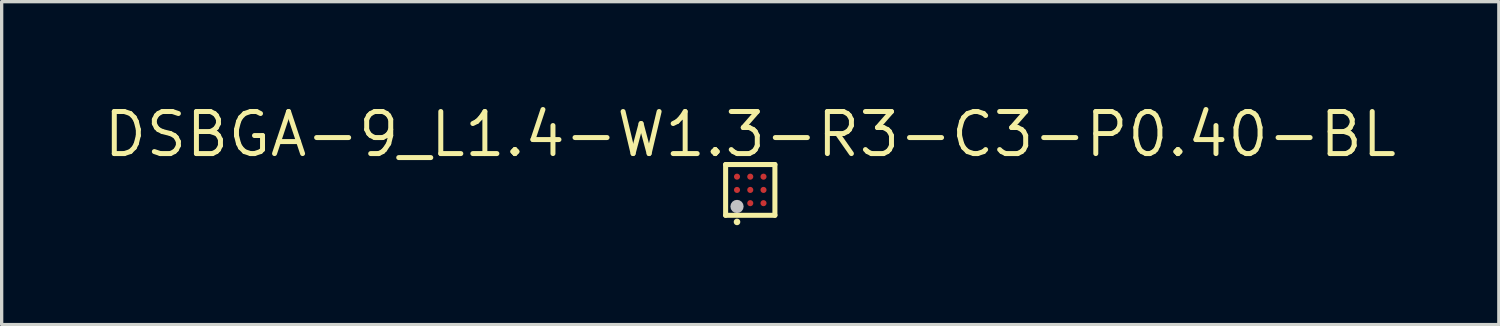
<source format=kicad_pcb>
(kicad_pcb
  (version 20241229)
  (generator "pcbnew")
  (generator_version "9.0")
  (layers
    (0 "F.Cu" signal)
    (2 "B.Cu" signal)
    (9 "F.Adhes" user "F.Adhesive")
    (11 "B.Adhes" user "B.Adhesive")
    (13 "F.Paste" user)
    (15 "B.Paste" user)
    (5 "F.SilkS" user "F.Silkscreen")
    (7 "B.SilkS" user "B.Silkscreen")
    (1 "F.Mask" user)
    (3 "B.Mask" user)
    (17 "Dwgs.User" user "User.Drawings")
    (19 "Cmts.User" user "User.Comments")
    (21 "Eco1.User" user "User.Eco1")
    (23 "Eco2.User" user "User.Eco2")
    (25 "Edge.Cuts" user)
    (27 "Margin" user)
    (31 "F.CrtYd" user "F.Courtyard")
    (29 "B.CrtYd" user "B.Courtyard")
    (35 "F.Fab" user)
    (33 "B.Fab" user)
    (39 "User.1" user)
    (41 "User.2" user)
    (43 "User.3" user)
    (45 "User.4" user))
  (footprint "DSBGA-9_L1.4-W1.3-R3-C3-P0.40-BL"
    (layer "F.Cu")
    (at 19.602 2.684)
    (property "Reference" "DSBGA-9_L1.4-W1.3-R3-C3-P0.40-BL" (at 0 -1.677 0) (layer "F.SilkS") (effects (font (size 1.27 1.27) (thickness 0.15))))
    (fp_line (start -0.744 -0.766) (end 0.744 -0.766) (stroke (width 0.152) (type default)) (layer "F.SilkS"))
    (fp_line (start -0.744 0.766) (end -0.744 -0.766) (stroke (width 0.152) (type default)) (layer "F.SilkS"))
    (fp_line (start 0.744 -0.766) (end 0.744 0.766) (stroke (width 0.152) (type default)) (layer "F.SilkS"))
    (fp_line (start 0.744 0.766) (end -0.744 0.766) (stroke (width 0.152) (type default)) (layer "F.SilkS"))
    (fp_circle (center -0.4 0.966) (end -0.35 0.966) (stroke (width 0.1) (type default)) (fill no) (layer "F.SilkS"))
    (fp_circle (center -0.4 0.5) (end -0.3 0.5) (stroke (width 0.2) (type default)) (fill no) (layer "Dwgs.User"))
    (fp_circle (center -0.4 -0.4) (end -0.343 -0.4) (stroke (width 0.115) (type default)) (fill no) (layer "User.4"))
    (fp_circle (center -0.4 0) (end -0.343 0) (stroke (width 0.115) (type default)) (fill no) (layer "User.4"))
    (fp_circle (center -0.4 0.4) (end -0.343 0.4) (stroke (width 0.115) (type default)) (fill no) (layer "User.4"))
    (fp_circle (center 0 -0.4) (end 0.057 -0.4) (stroke (width 0.115) (type default)) (fill no) (layer "User.4"))
    (fp_circle (center 0 0) (end 0.057 0) (stroke (width 0.115) (type default)) (fill no) (layer "User.4"))
    (fp_circle (center 0 0.4) (end 0.057 0.4) (stroke (width 0.115) (type default)) (fill no) (layer "User.4"))
    (fp_circle (center 0.4 -0.4) (end 0.457 -0.4) (stroke (width 0.115) (type default)) (fill no) (layer "User.4"))
    (fp_circle (center 0.4 0) (end 0.457 0) (stroke (width 0.115) (type default)) (fill no) (layer "User.4"))
    (fp_circle (center 0.4 0.4) (end 0.457 0.4) (stroke (width 0.115) (type default)) (fill no) (layer "User.4"))
    (fp_circle (center -0.667 0.69) (end -0.637 0.69) (stroke (width 0.06) (type default)) (fill no) (layer "User.5"))
    (pad "A1" smd oval (at -0.4 0.4) (size 0.184 0.184) (layers "F.Cu" "F.Mask" "F.Paste"))
    (pad "A2" smd oval (at -0.4 0) (size 0.184 0.184) (layers "F.Cu" "F.Mask" "F.Paste"))
    (pad "A3" smd oval (at -0.4 -0.4) (size 0.184 0.184) (layers "F.Cu" "F.Mask" "F.Paste"))
    (pad "B1" smd oval (at 0 0.4) (size 0.184 0.184) (layers "F.Cu" "F.Mask" "F.Paste"))
    (pad "B2" smd oval (at 0 0) (size 0.184 0.184) (layers "F.Cu" "F.Mask" "F.Paste"))
    (pad "B3" smd oval (at 0 -0.4) (size 0.184 0.184) (layers "F.Cu" "F.Mask" "F.Paste"))
    (pad "C1" smd oval (at 0.4 0.4) (size 0.184 0.184) (layers "F.Cu" "F.Mask" "F.Paste"))
    (pad "C2" smd oval (at 0.4 0) (size 0.184 0.184) (layers "F.Cu" "F.Mask" "F.Paste"))
    (pad "C3" smd oval (at 0.4 -0.4) (size 0.184 0.184) (layers "F.Cu" "F.Mask" "F.Paste"))
    (zone (net_name "") (layer "F.Paste") (hatch edge 0.5) (priority 100) (connect_pads yes) (min_thickness 0) (filled_areas_thickness no) (fill yes) (polygon (pts (xy 19.128 2.192) (xy 19.275 2.192) (xy 19.294 2.21) (xy 19.294 2.357) (xy 19.275 2.376) (xy 19.128 2.376) (xy 19.11 2.357) (xy 19.11 2.21))) (filled_polygon (layer "F.Paste") (island) (pts (xy 19.128 2.192) (xy 19.275 2.192) (xy 19.294 2.21) (xy 19.294 2.357) (xy 19.275 2.376) (xy 19.128 2.376) (xy 19.11 2.357) (xy 19.11 2.21))))
    (zone (net_name "") (layer "F.Paste") (hatch edge 0.5) (priority 100) (connect_pads yes) (min_thickness 0) (filled_areas_thickness no) (fill yes) (polygon (pts (xy 19.128 2.592) (xy 19.275 2.592) (xy 19.294 2.61) (xy 19.294 2.757) (xy 19.275 2.776) (xy 19.128 2.776) (xy 19.11 2.757) (xy 19.11 2.61))) (filled_polygon (layer "F.Paste") (island) (pts (xy 19.128 2.592) (xy 19.275 2.592) (xy 19.294 2.61) (xy 19.294 2.757) (xy 19.275 2.776) (xy 19.128 2.776) (xy 19.11 2.757) (xy 19.11 2.61))))
    (zone (net_name "") (layer "F.Paste") (hatch edge 0.5) (priority 100) (connect_pads yes) (min_thickness 0) (filled_areas_thickness no) (fill yes) (polygon (pts (xy 19.128 2.992) (xy 19.275 2.992) (xy 19.294 3.01) (xy 19.294 3.157) (xy 19.275 3.176) (xy 19.128 3.176) (xy 19.11 3.157) (xy 19.11 3.01))) (filled_polygon (layer "F.Paste") (island) (pts (xy 19.128 2.992) (xy 19.275 2.992) (xy 19.294 3.01) (xy 19.294 3.157) (xy 19.275 3.176) (xy 19.128 3.176) (xy 19.11 3.157) (xy 19.11 3.01))))
    (zone (net_name "") (layer "F.Paste") (hatch edge 0.5) (priority 100) (connect_pads yes) (min_thickness 0) (filled_areas_thickness no) (fill yes) (polygon (pts (xy 19.528 2.192) (xy 19.675 2.192) (xy 19.694 2.21) (xy 19.694 2.357) (xy 19.675 2.376) (xy 19.528 2.376) (xy 19.51 2.357) (xy 19.51 2.21))) (filled_polygon (layer "F.Paste") (island) (pts (xy 19.528 2.192) (xy 19.675 2.192) (xy 19.694 2.21) (xy 19.694 2.357) (xy 19.675 2.376) (xy 19.528 2.376) (xy 19.51 2.357) (xy 19.51 2.21))))
    (zone (net_name "") (layer "F.Paste") (hatch edge 0.5) (priority 100) (connect_pads yes) (min_thickness 0) (filled_areas_thickness no) (fill yes) (polygon (pts (xy 19.528 2.592) (xy 19.675 2.592) (xy 19.694 2.61) (xy 19.694 2.757) (xy 19.675 2.776) (xy 19.528 2.776) (xy 19.51 2.757) (xy 19.51 2.61))) (filled_polygon (layer "F.Paste") (island) (pts (xy 19.528 2.592) (xy 19.675 2.592) (xy 19.694 2.61) (xy 19.694 2.757) (xy 19.675 2.776) (xy 19.528 2.776) (xy 19.51 2.757) (xy 19.51 2.61))))
    (zone (net_name "") (layer "F.Paste") (hatch edge 0.5) (priority 100) (connect_pads yes) (min_thickness 0) (filled_areas_thickness no) (fill yes) (polygon (pts (xy 19.528 2.992) (xy 19.675 2.992) (xy 19.694 3.01) (xy 19.694 3.157) (xy 19.675 3.176) (xy 19.528 3.176) (xy 19.51 3.157) (xy 19.51 3.01))) (filled_polygon (layer "F.Paste") (island) (pts (xy 19.528 2.992) (xy 19.675 2.992) (xy 19.694 3.01) (xy 19.694 3.157) (xy 19.675 3.176) (xy 19.528 3.176) (xy 19.51 3.157) (xy 19.51 3.01))))
    (zone (net_name "") (layer "F.Paste") (hatch edge 0.5) (priority 100) (connect_pads yes) (min_thickness 0) (filled_areas_thickness no) (fill yes) (polygon (pts (xy 19.928 2.192) (xy 20.075 2.192) (xy 20.094 2.21) (xy 20.094 2.357) (xy 20.075 2.376) (xy 19.928 2.376) (xy 19.91 2.357) (xy 19.91 2.21))) (filled_polygon (layer "F.Paste") (island) (pts (xy 19.928 2.192) (xy 20.075 2.192) (xy 20.094 2.21) (xy 20.094 2.357) (xy 20.075 2.376) (xy 19.928 2.376) (xy 19.91 2.357) (xy 19.91 2.21))))
    (zone (net_name "") (layer "F.Paste") (hatch edge 0.5) (priority 100) (connect_pads yes) (min_thickness 0) (filled_areas_thickness no) (fill yes) (polygon (pts (xy 19.928 2.592) (xy 20.075 2.592) (xy 20.094 2.61) (xy 20.094 2.757) (xy 20.075 2.776) (xy 19.928 2.776) (xy 19.91 2.757) (xy 19.91 2.61))) (filled_polygon (layer "F.Paste") (island) (pts (xy 19.928 2.592) (xy 20.075 2.592) (xy 20.094 2.61) (xy 20.094 2.757) (xy 20.075 2.776) (xy 19.928 2.776) (xy 19.91 2.757) (xy 19.91 2.61))))
    (zone (net_name "") (layer "F.Paste") (hatch edge 0.5) (priority 100) (connect_pads yes) (min_thickness 0) (filled_areas_thickness no) (fill yes) (polygon (pts (xy 19.928 2.992) (xy 20.075 2.992) (xy 20.094 3.01) (xy 20.094 3.157) (xy 20.075 3.176) (xy 19.928 3.176) (xy 19.91 3.157) (xy 19.91 3.01))) (filled_polygon (layer "F.Paste") (island) (pts (xy 19.928 2.992) (xy 20.075 2.992) (xy 20.094 3.01) (xy 20.094 3.157) (xy 20.075 3.176) (xy 19.928 3.176) (xy 19.91 3.157) (xy 19.91 3.01))))
    (zone (net_name "") (layer "User.3") (hatch edge 0.5) (priority 100) (connect_pads yes) (min_thickness 0) (filled_areas_thickness no) (fill yes) (polygon (pts (xy 18.934 3.374) (xy 20.269 3.374) (xy 20.269 1.994) (xy 18.934 1.994))) (filled_polygon (layer "User.3") (island) (pts (xy 18.934 3.374) (xy 20.269 3.374) (xy 20.269 1.994) (xy 18.934 1.994)))))
  (gr_rect
    (start -3 -3)
    (end 42.203 6.75)
    (stroke (width 0.1) (type default))
    (fill no)
    (layer "Edge.Cuts")))
</source>
